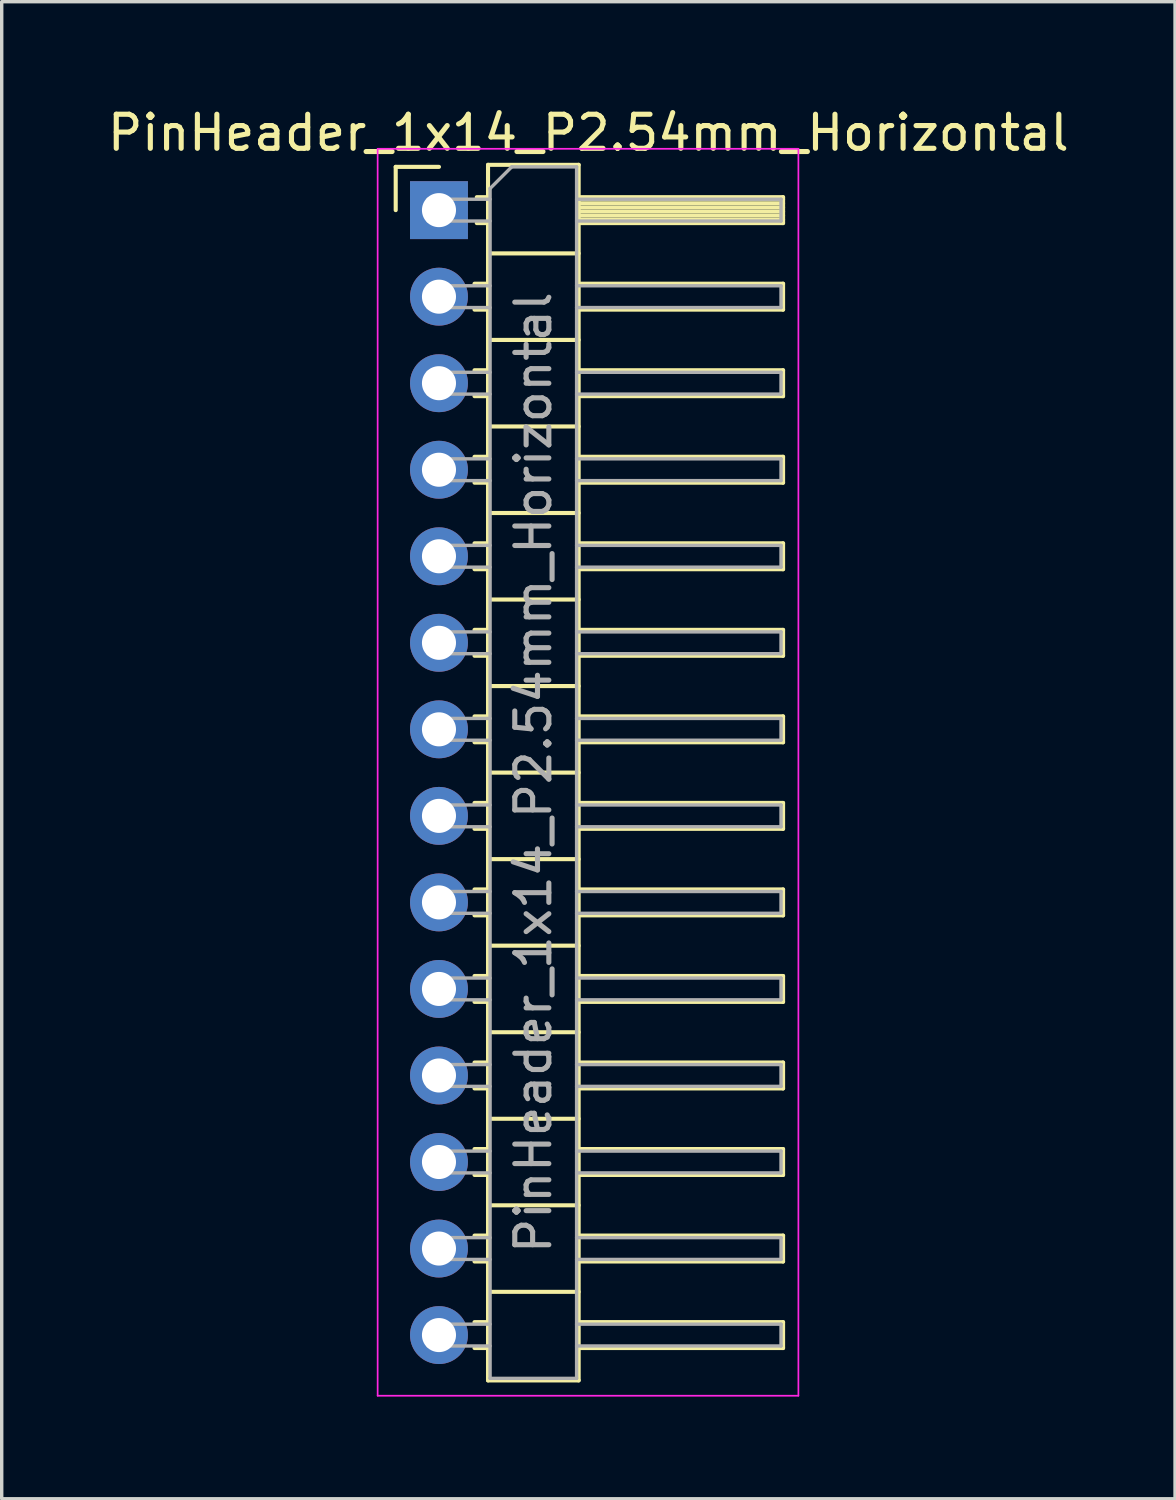
<source format=kicad_pcb>
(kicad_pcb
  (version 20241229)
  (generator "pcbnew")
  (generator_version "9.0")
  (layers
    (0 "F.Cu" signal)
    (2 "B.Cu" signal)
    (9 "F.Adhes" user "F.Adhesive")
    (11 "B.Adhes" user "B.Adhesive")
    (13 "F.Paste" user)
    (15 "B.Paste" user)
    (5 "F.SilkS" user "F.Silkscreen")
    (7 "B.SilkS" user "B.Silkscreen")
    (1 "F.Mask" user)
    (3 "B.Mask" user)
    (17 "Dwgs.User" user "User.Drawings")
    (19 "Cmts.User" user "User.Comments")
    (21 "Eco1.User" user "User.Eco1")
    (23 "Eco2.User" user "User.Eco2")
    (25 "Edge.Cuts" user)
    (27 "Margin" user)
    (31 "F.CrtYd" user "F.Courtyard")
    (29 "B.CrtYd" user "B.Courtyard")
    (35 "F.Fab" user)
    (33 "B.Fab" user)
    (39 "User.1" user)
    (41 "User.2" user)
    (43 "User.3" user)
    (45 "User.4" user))
  (footprint "PinHeader_1x14_P2.54mm_Horizontal"
    (layer "F.Cu")
    (at 9.835 3.118)
    (property "Reference" "PinHeader_1x14_P2.54mm_Horizontal" (at 4.385 -2.27 0) (layer "F.SilkS") (effects (font (size 1 1) (thickness 0.15))))
    (attr through_hole)
    (fp_line (start -1.27 -1.27) (end 0 -1.27) (stroke (width 0.12) (type solid)) (layer "F.SilkS"))
    (fp_line (start -1.27 0) (end -1.27 -1.27) (stroke (width 0.12) (type solid)) (layer "F.SilkS"))
    (fp_line (start 1.043 2.16) (end 1.44 2.16) (stroke (width 0.12) (type solid)) (layer "F.SilkS"))
    (fp_line (start 1.043 2.92) (end 1.44 2.92) (stroke (width 0.12) (type solid)) (layer "F.SilkS"))
    (fp_line (start 1.043 4.7) (end 1.44 4.7) (stroke (width 0.12) (type solid)) (layer "F.SilkS"))
    (fp_line (start 1.043 5.46) (end 1.44 5.46) (stroke (width 0.12) (type solid)) (layer "F.SilkS"))
    (fp_line (start 1.043 7.24) (end 1.44 7.24) (stroke (width 0.12) (type solid)) (layer "F.SilkS"))
    (fp_line (start 1.043 8) (end 1.44 8) (stroke (width 0.12) (type solid)) (layer "F.SilkS"))
    (fp_line (start 1.043 9.78) (end 1.44 9.78) (stroke (width 0.12) (type solid)) (layer "F.SilkS"))
    (fp_line (start 1.043 10.54) (end 1.44 10.54) (stroke (width 0.12) (type solid)) (layer "F.SilkS"))
    (fp_line (start 1.043 12.32) (end 1.44 12.32) (stroke (width 0.12) (type solid)) (layer "F.SilkS"))
    (fp_line (start 1.043 13.08) (end 1.44 13.08) (stroke (width 0.12) (type solid)) (layer "F.SilkS"))
    (fp_line (start 1.043 14.86) (end 1.44 14.86) (stroke (width 0.12) (type solid)) (layer "F.SilkS"))
    (fp_line (start 1.043 15.62) (end 1.44 15.62) (stroke (width 0.12) (type solid)) (layer "F.SilkS"))
    (fp_line (start 1.043 17.4) (end 1.44 17.4) (stroke (width 0.12) (type solid)) (layer "F.SilkS"))
    (fp_line (start 1.043 18.16) (end 1.44 18.16) (stroke (width 0.12) (type solid)) (layer "F.SilkS"))
    (fp_line (start 1.043 19.94) (end 1.44 19.94) (stroke (width 0.12) (type solid)) (layer "F.SilkS"))
    (fp_line (start 1.043 20.7) (end 1.44 20.7) (stroke (width 0.12) (type solid)) (layer "F.SilkS"))
    (fp_line (start 1.043 22.48) (end 1.44 22.48) (stroke (width 0.12) (type solid)) (layer "F.SilkS"))
    (fp_line (start 1.043 23.24) (end 1.44 23.24) (stroke (width 0.12) (type solid)) (layer "F.SilkS"))
    (fp_line (start 1.043 25.02) (end 1.44 25.02) (stroke (width 0.12) (type solid)) (layer "F.SilkS"))
    (fp_line (start 1.043 25.78) (end 1.44 25.78) (stroke (width 0.12) (type solid)) (layer "F.SilkS"))
    (fp_line (start 1.043 27.56) (end 1.44 27.56) (stroke (width 0.12) (type solid)) (layer "F.SilkS"))
    (fp_line (start 1.043 28.32) (end 1.44 28.32) (stroke (width 0.12) (type solid)) (layer "F.SilkS"))
    (fp_line (start 1.043 30.1) (end 1.44 30.1) (stroke (width 0.12) (type solid)) (layer "F.SilkS"))
    (fp_line (start 1.043 30.86) (end 1.44 30.86) (stroke (width 0.12) (type solid)) (layer "F.SilkS"))
    (fp_line (start 1.043 32.64) (end 1.44 32.64) (stroke (width 0.12) (type solid)) (layer "F.SilkS"))
    (fp_line (start 1.043 33.4) (end 1.44 33.4) (stroke (width 0.12) (type solid)) (layer "F.SilkS"))
    (fp_line (start 1.11 -0.38) (end 1.44 -0.38) (stroke (width 0.12) (type solid)) (layer "F.SilkS"))
    (fp_line (start 1.11 0.38) (end 1.44 0.38) (stroke (width 0.12) (type solid)) (layer "F.SilkS"))
    (fp_line (start 1.44 -1.33) (end 1.44 34.35) (stroke (width 0.12) (type solid)) (layer "F.SilkS"))
    (fp_line (start 1.44 1.27) (end 4.1 1.27) (stroke (width 0.12) (type solid)) (layer "F.SilkS"))
    (fp_line (start 1.44 3.81) (end 4.1 3.81) (stroke (width 0.12) (type solid)) (layer "F.SilkS"))
    (fp_line (start 1.44 6.35) (end 4.1 6.35) (stroke (width 0.12) (type solid)) (layer "F.SilkS"))
    (fp_line (start 1.44 8.89) (end 4.1 8.89) (stroke (width 0.12) (type solid)) (layer "F.SilkS"))
    (fp_line (start 1.44 11.43) (end 4.1 11.43) (stroke (width 0.12) (type solid)) (layer "F.SilkS"))
    (fp_line (start 1.44 13.97) (end 4.1 13.97) (stroke (width 0.12) (type solid)) (layer "F.SilkS"))
    (fp_line (start 1.44 16.51) (end 4.1 16.51) (stroke (width 0.12) (type solid)) (layer "F.SilkS"))
    (fp_line (start 1.44 19.05) (end 4.1 19.05) (stroke (width 0.12) (type solid)) (layer "F.SilkS"))
    (fp_line (start 1.44 21.59) (end 4.1 21.59) (stroke (width 0.12) (type solid)) (layer "F.SilkS"))
    (fp_line (start 1.44 24.13) (end 4.1 24.13) (stroke (width 0.12) (type solid)) (layer "F.SilkS"))
    (fp_line (start 1.44 26.67) (end 4.1 26.67) (stroke (width 0.12) (type solid)) (layer "F.SilkS"))
    (fp_line (start 1.44 29.21) (end 4.1 29.21) (stroke (width 0.12) (type solid)) (layer "F.SilkS"))
    (fp_line (start 1.44 31.75) (end 4.1 31.75) (stroke (width 0.12) (type solid)) (layer "F.SilkS"))
    (fp_line (start 1.44 34.35) (end 4.1 34.35) (stroke (width 0.12) (type solid)) (layer "F.SilkS"))
    (fp_line (start 4.1 -1.33) (end 1.44 -1.33) (stroke (width 0.12) (type solid)) (layer "F.SilkS"))
    (fp_line (start 4.1 -0.38) (end 10.1 -0.38) (stroke (width 0.12) (type solid)) (layer "F.SilkS"))
    (fp_line (start 4.1 -0.32) (end 10.1 -0.32) (stroke (width 0.12) (type solid)) (layer "F.SilkS"))
    (fp_line (start 4.1 -0.2) (end 10.1 -0.2) (stroke (width 0.12) (type solid)) (layer "F.SilkS"))
    (fp_line (start 4.1 -0.08) (end 10.1 -0.08) (stroke (width 0.12) (type solid)) (layer "F.SilkS"))
    (fp_line (start 4.1 0.04) (end 10.1 0.04) (stroke (width 0.12) (type solid)) (layer "F.SilkS"))
    (fp_line (start 4.1 0.16) (end 10.1 0.16) (stroke (width 0.12) (type solid)) (layer "F.SilkS"))
    (fp_line (start 4.1 0.28) (end 10.1 0.28) (stroke (width 0.12) (type solid)) (layer "F.SilkS"))
    (fp_line (start 4.1 2.16) (end 10.1 2.16) (stroke (width 0.12) (type solid)) (layer "F.SilkS"))
    (fp_line (start 4.1 4.7) (end 10.1 4.7) (stroke (width 0.12) (type solid)) (layer "F.SilkS"))
    (fp_line (start 4.1 7.24) (end 10.1 7.24) (stroke (width 0.12) (type solid)) (layer "F.SilkS"))
    (fp_line (start 4.1 9.78) (end 10.1 9.78) (stroke (width 0.12) (type solid)) (layer "F.SilkS"))
    (fp_line (start 4.1 12.32) (end 10.1 12.32) (stroke (width 0.12) (type solid)) (layer "F.SilkS"))
    (fp_line (start 4.1 14.86) (end 10.1 14.86) (stroke (width 0.12) (type solid)) (layer "F.SilkS"))
    (fp_line (start 4.1 17.4) (end 10.1 17.4) (stroke (width 0.12) (type solid)) (layer "F.SilkS"))
    (fp_line (start 4.1 19.94) (end 10.1 19.94) (stroke (width 0.12) (type solid)) (layer "F.SilkS"))
    (fp_line (start 4.1 22.48) (end 10.1 22.48) (stroke (width 0.12) (type solid)) (layer "F.SilkS"))
    (fp_line (start 4.1 25.02) (end 10.1 25.02) (stroke (width 0.12) (type solid)) (layer "F.SilkS"))
    (fp_line (start 4.1 27.56) (end 10.1 27.56) (stroke (width 0.12) (type solid)) (layer "F.SilkS"))
    (fp_line (start 4.1 30.1) (end 10.1 30.1) (stroke (width 0.12) (type solid)) (layer "F.SilkS"))
    (fp_line (start 4.1 32.64) (end 10.1 32.64) (stroke (width 0.12) (type solid)) (layer "F.SilkS"))
    (fp_line (start 4.1 34.35) (end 4.1 -1.33) (stroke (width 0.12) (type solid)) (layer "F.SilkS"))
    (fp_line (start 10.1 -0.38) (end 10.1 0.38) (stroke (width 0.12) (type solid)) (layer "F.SilkS"))
    (fp_line (start 10.1 0.38) (end 4.1 0.38) (stroke (width 0.12) (type solid)) (layer "F.SilkS"))
    (fp_line (start 10.1 2.16) (end 10.1 2.92) (stroke (width 0.12) (type solid)) (layer "F.SilkS"))
    (fp_line (start 10.1 2.92) (end 4.1 2.92) (stroke (width 0.12) (type solid)) (layer "F.SilkS"))
    (fp_line (start 10.1 4.7) (end 10.1 5.46) (stroke (width 0.12) (type solid)) (layer "F.SilkS"))
    (fp_line (start 10.1 5.46) (end 4.1 5.46) (stroke (width 0.12) (type solid)) (layer "F.SilkS"))
    (fp_line (start 10.1 7.24) (end 10.1 8) (stroke (width 0.12) (type solid)) (layer "F.SilkS"))
    (fp_line (start 10.1 8) (end 4.1 8) (stroke (width 0.12) (type solid)) (layer "F.SilkS"))
    (fp_line (start 10.1 9.78) (end 10.1 10.54) (stroke (width 0.12) (type solid)) (layer "F.SilkS"))
    (fp_line (start 10.1 10.54) (end 4.1 10.54) (stroke (width 0.12) (type solid)) (layer "F.SilkS"))
    (fp_line (start 10.1 12.32) (end 10.1 13.08) (stroke (width 0.12) (type solid)) (layer "F.SilkS"))
    (fp_line (start 10.1 13.08) (end 4.1 13.08) (stroke (width 0.12) (type solid)) (layer "F.SilkS"))
    (fp_line (start 10.1 14.86) (end 10.1 15.62) (stroke (width 0.12) (type solid)) (layer "F.SilkS"))
    (fp_line (start 10.1 15.62) (end 4.1 15.62) (stroke (width 0.12) (type solid)) (layer "F.SilkS"))
    (fp_line (start 10.1 17.4) (end 10.1 18.16) (stroke (width 0.12) (type solid)) (layer "F.SilkS"))
    (fp_line (start 10.1 18.16) (end 4.1 18.16) (stroke (width 0.12) (type solid)) (layer "F.SilkS"))
    (fp_line (start 10.1 19.94) (end 10.1 20.7) (stroke (width 0.12) (type solid)) (layer "F.SilkS"))
    (fp_line (start 10.1 20.7) (end 4.1 20.7) (stroke (width 0.12) (type solid)) (layer "F.SilkS"))
    (fp_line (start 10.1 22.48) (end 10.1 23.24) (stroke (width 0.12) (type solid)) (layer "F.SilkS"))
    (fp_line (start 10.1 23.24) (end 4.1 23.24) (stroke (width 0.12) (type solid)) (layer "F.SilkS"))
    (fp_line (start 10.1 25.02) (end 10.1 25.78) (stroke (width 0.12) (type solid)) (layer "F.SilkS"))
    (fp_line (start 10.1 25.78) (end 4.1 25.78) (stroke (width 0.12) (type solid)) (layer "F.SilkS"))
    (fp_line (start 10.1 27.56) (end 10.1 28.32) (stroke (width 0.12) (type solid)) (layer "F.SilkS"))
    (fp_line (start 10.1 28.32) (end 4.1 28.32) (stroke (width 0.12) (type solid)) (layer "F.SilkS"))
    (fp_line (start 10.1 30.1) (end 10.1 30.86) (stroke (width 0.12) (type solid)) (layer "F.SilkS"))
    (fp_line (start 10.1 30.86) (end 4.1 30.86) (stroke (width 0.12) (type solid)) (layer "F.SilkS"))
    (fp_line (start 10.1 32.64) (end 10.1 33.4) (stroke (width 0.12) (type solid)) (layer "F.SilkS"))
    (fp_line (start 10.1 33.4) (end 4.1 33.4) (stroke (width 0.12) (type solid)) (layer "F.SilkS"))
    (fp_line (start -1.8 -1.8) (end -1.8 34.8) (stroke (width 0.05) (type solid)) (layer "F.CrtYd"))
    (fp_line (start -1.8 34.8) (end 10.55 34.8) (stroke (width 0.05) (type solid)) (layer "F.CrtYd"))
    (fp_line (start 10.55 -1.8) (end -1.8 -1.8) (stroke (width 0.05) (type solid)) (layer "F.CrtYd"))
    (fp_line (start 10.55 34.8) (end 10.55 -1.8) (stroke (width 0.05) (type solid)) (layer "F.CrtYd"))
    (fp_line (start -0.32 -0.32) (end -0.32 0.32) (stroke (width 0.1) (type solid)) (layer "F.Fab"))
    (fp_line (start -0.32 -0.32) (end 1.5 -0.32) (stroke (width 0.1) (type solid)) (layer "F.Fab"))
    (fp_line (start -0.32 0.32) (end 1.5 0.32) (stroke (width 0.1) (type solid)) (layer "F.Fab"))
    (fp_line (start -0.32 2.22) (end -0.32 2.86) (stroke (width 0.1) (type solid)) (layer "F.Fab"))
    (fp_line (start -0.32 2.22) (end 1.5 2.22) (stroke (width 0.1) (type solid)) (layer "F.Fab"))
    (fp_line (start -0.32 2.86) (end 1.5 2.86) (stroke (width 0.1) (type solid)) (layer "F.Fab"))
    (fp_line (start -0.32 4.76) (end -0.32 5.4) (stroke (width 0.1) (type solid)) (layer "F.Fab"))
    (fp_line (start -0.32 4.76) (end 1.5 4.76) (stroke (width 0.1) (type solid)) (layer "F.Fab"))
    (fp_line (start -0.32 5.4) (end 1.5 5.4) (stroke (width 0.1) (type solid)) (layer "F.Fab"))
    (fp_line (start -0.32 7.3) (end -0.32 7.94) (stroke (width 0.1) (type solid)) (layer "F.Fab"))
    (fp_line (start -0.32 7.3) (end 1.5 7.3) (stroke (width 0.1) (type solid)) (layer "F.Fab"))
    (fp_line (start -0.32 7.94) (end 1.5 7.94) (stroke (width 0.1) (type solid)) (layer "F.Fab"))
    (fp_line (start -0.32 9.84) (end -0.32 10.48) (stroke (width 0.1) (type solid)) (layer "F.Fab"))
    (fp_line (start -0.32 9.84) (end 1.5 9.84) (stroke (width 0.1) (type solid)) (layer "F.Fab"))
    (fp_line (start -0.32 10.48) (end 1.5 10.48) (stroke (width 0.1) (type solid)) (layer "F.Fab"))
    (fp_line (start -0.32 12.38) (end -0.32 13.02) (stroke (width 0.1) (type solid)) (layer "F.Fab"))
    (fp_line (start -0.32 12.38) (end 1.5 12.38) (stroke (width 0.1) (type solid)) (layer "F.Fab"))
    (fp_line (start -0.32 13.02) (end 1.5 13.02) (stroke (width 0.1) (type solid)) (layer "F.Fab"))
    (fp_line (start -0.32 14.92) (end -0.32 15.56) (stroke (width 0.1) (type solid)) (layer "F.Fab"))
    (fp_line (start -0.32 14.92) (end 1.5 14.92) (stroke (width 0.1) (type solid)) (layer "F.Fab"))
    (fp_line (start -0.32 15.56) (end 1.5 15.56) (stroke (width 0.1) (type solid)) (layer "F.Fab"))
    (fp_line (start -0.32 17.46) (end -0.32 18.1) (stroke (width 0.1) (type solid)) (layer "F.Fab"))
    (fp_line (start -0.32 17.46) (end 1.5 17.46) (stroke (width 0.1) (type solid)) (layer "F.Fab"))
    (fp_line (start -0.32 18.1) (end 1.5 18.1) (stroke (width 0.1) (type solid)) (layer "F.Fab"))
    (fp_line (start -0.32 20) (end -0.32 20.64) (stroke (width 0.1) (type solid)) (layer "F.Fab"))
    (fp_line (start -0.32 20) (end 1.5 20) (stroke (width 0.1) (type solid)) (layer "F.Fab"))
    (fp_line (start -0.32 20.64) (end 1.5 20.64) (stroke (width 0.1) (type solid)) (layer "F.Fab"))
    (fp_line (start -0.32 22.54) (end -0.32 23.18) (stroke (width 0.1) (type solid)) (layer "F.Fab"))
    (fp_line (start -0.32 22.54) (end 1.5 22.54) (stroke (width 0.1) (type solid)) (layer "F.Fab"))
    (fp_line (start -0.32 23.18) (end 1.5 23.18) (stroke (width 0.1) (type solid)) (layer "F.Fab"))
    (fp_line (start -0.32 25.08) (end -0.32 25.72) (stroke (width 0.1) (type solid)) (layer "F.Fab"))
    (fp_line (start -0.32 25.08) (end 1.5 25.08) (stroke (width 0.1) (type solid)) (layer "F.Fab"))
    (fp_line (start -0.32 25.72) (end 1.5 25.72) (stroke (width 0.1) (type solid)) (layer "F.Fab"))
    (fp_line (start -0.32 27.62) (end -0.32 28.26) (stroke (width 0.1) (type solid)) (layer "F.Fab"))
    (fp_line (start -0.32 27.62) (end 1.5 27.62) (stroke (width 0.1) (type solid)) (layer "F.Fab"))
    (fp_line (start -0.32 28.26) (end 1.5 28.26) (stroke (width 0.1) (type solid)) (layer "F.Fab"))
    (fp_line (start -0.32 30.16) (end -0.32 30.8) (stroke (width 0.1) (type solid)) (layer "F.Fab"))
    (fp_line (start -0.32 30.16) (end 1.5 30.16) (stroke (width 0.1) (type solid)) (layer "F.Fab"))
    (fp_line (start -0.32 30.8) (end 1.5 30.8) (stroke (width 0.1) (type solid)) (layer "F.Fab"))
    (fp_line (start -0.32 32.7) (end -0.32 33.34) (stroke (width 0.1) (type solid)) (layer "F.Fab"))
    (fp_line (start -0.32 32.7) (end 1.5 32.7) (stroke (width 0.1) (type solid)) (layer "F.Fab"))
    (fp_line (start -0.32 33.34) (end 1.5 33.34) (stroke (width 0.1) (type solid)) (layer "F.Fab"))
    (fp_line (start 1.5 -0.635) (end 2.135 -1.27) (stroke (width 0.1) (type solid)) (layer "F.Fab"))
    (fp_line (start 1.5 34.29) (end 1.5 -0.635) (stroke (width 0.1) (type solid)) (layer "F.Fab"))
    (fp_line (start 2.135 -1.27) (end 4.04 -1.27) (stroke (width 0.1) (type solid)) (layer "F.Fab"))
    (fp_line (start 4.04 -1.27) (end 4.04 34.29) (stroke (width 0.1) (type solid)) (layer "F.Fab"))
    (fp_line (start 4.04 -0.32) (end 10.04 -0.32) (stroke (width 0.1) (type solid)) (layer "F.Fab"))
    (fp_line (start 4.04 0.32) (end 10.04 0.32) (stroke (width 0.1) (type solid)) (layer "F.Fab"))
    (fp_line (start 4.04 2.22) (end 10.04 2.22) (stroke (width 0.1) (type solid)) (layer "F.Fab"))
    (fp_line (start 4.04 2.86) (end 10.04 2.86) (stroke (width 0.1) (type solid)) (layer "F.Fab"))
    (fp_line (start 4.04 4.76) (end 10.04 4.76) (stroke (width 0.1) (type solid)) (layer "F.Fab"))
    (fp_line (start 4.04 5.4) (end 10.04 5.4) (stroke (width 0.1) (type solid)) (layer "F.Fab"))
    (fp_line (start 4.04 7.3) (end 10.04 7.3) (stroke (width 0.1) (type solid)) (layer "F.Fab"))
    (fp_line (start 4.04 7.94) (end 10.04 7.94) (stroke (width 0.1) (type solid)) (layer "F.Fab"))
    (fp_line (start 4.04 9.84) (end 10.04 9.84) (stroke (width 0.1) (type solid)) (layer "F.Fab"))
    (fp_line (start 4.04 10.48) (end 10.04 10.48) (stroke (width 0.1) (type solid)) (layer "F.Fab"))
    (fp_line (start 4.04 12.38) (end 10.04 12.38) (stroke (width 0.1) (type solid)) (layer "F.Fab"))
    (fp_line (start 4.04 13.02) (end 10.04 13.02) (stroke (width 0.1) (type solid)) (layer "F.Fab"))
    (fp_line (start 4.04 14.92) (end 10.04 14.92) (stroke (width 0.1) (type solid)) (layer "F.Fab"))
    (fp_line (start 4.04 15.56) (end 10.04 15.56) (stroke (width 0.1) (type solid)) (layer "F.Fab"))
    (fp_line (start 4.04 17.46) (end 10.04 17.46) (stroke (width 0.1) (type solid)) (layer "F.Fab"))
    (fp_line (start 4.04 18.1) (end 10.04 18.1) (stroke (width 0.1) (type solid)) (layer "F.Fab"))
    (fp_line (start 4.04 20) (end 10.04 20) (stroke (width 0.1) (type solid)) (layer "F.Fab"))
    (fp_line (start 4.04 20.64) (end 10.04 20.64) (stroke (width 0.1) (type solid)) (layer "F.Fab"))
    (fp_line (start 4.04 22.54) (end 10.04 22.54) (stroke (width 0.1) (type solid)) (layer "F.Fab"))
    (fp_line (start 4.04 23.18) (end 10.04 23.18) (stroke (width 0.1) (type solid)) (layer "F.Fab"))
    (fp_line (start 4.04 25.08) (end 10.04 25.08) (stroke (width 0.1) (type solid)) (layer "F.Fab"))
    (fp_line (start 4.04 25.72) (end 10.04 25.72) (stroke (width 0.1) (type solid)) (layer "F.Fab"))
    (fp_line (start 4.04 27.62) (end 10.04 27.62) (stroke (width 0.1) (type solid)) (layer "F.Fab"))
    (fp_line (start 4.04 28.26) (end 10.04 28.26) (stroke (width 0.1) (type solid)) (layer "F.Fab"))
    (fp_line (start 4.04 30.16) (end 10.04 30.16) (stroke (width 0.1) (type solid)) (layer "F.Fab"))
    (fp_line (start 4.04 30.8) (end 10.04 30.8) (stroke (width 0.1) (type solid)) (layer "F.Fab"))
    (fp_line (start 4.04 32.7) (end 10.04 32.7) (stroke (width 0.1) (type solid)) (layer "F.Fab"))
    (fp_line (start 4.04 33.34) (end 10.04 33.34) (stroke (width 0.1) (type solid)) (layer "F.Fab"))
    (fp_line (start 4.04 34.29) (end 1.5 34.29) (stroke (width 0.1) (type solid)) (layer "F.Fab"))
    (fp_line (start 10.04 -0.32) (end 10.04 0.32) (stroke (width 0.1) (type solid)) (layer "F.Fab"))
    (fp_line (start 10.04 2.22) (end 10.04 2.86) (stroke (width 0.1) (type solid)) (layer "F.Fab"))
    (fp_line (start 10.04 4.76) (end 10.04 5.4) (stroke (width 0.1) (type solid)) (layer "F.Fab"))
    (fp_line (start 10.04 7.3) (end 10.04 7.94) (stroke (width 0.1) (type solid)) (layer "F.Fab"))
    (fp_line (start 10.04 9.84) (end 10.04 10.48) (stroke (width 0.1) (type solid)) (layer "F.Fab"))
    (fp_line (start 10.04 12.38) (end 10.04 13.02) (stroke (width 0.1) (type solid)) (layer "F.Fab"))
    (fp_line (start 10.04 14.92) (end 10.04 15.56) (stroke (width 0.1) (type solid)) (layer "F.Fab"))
    (fp_line (start 10.04 17.46) (end 10.04 18.1) (stroke (width 0.1) (type solid)) (layer "F.Fab"))
    (fp_line (start 10.04 20) (end 10.04 20.64) (stroke (width 0.1) (type solid)) (layer "F.Fab"))
    (fp_line (start 10.04 22.54) (end 10.04 23.18) (stroke (width 0.1) (type solid)) (layer "F.Fab"))
    (fp_line (start 10.04 25.08) (end 10.04 25.72) (stroke (width 0.1) (type solid)) (layer "F.Fab"))
    (fp_line (start 10.04 27.62) (end 10.04 28.26) (stroke (width 0.1) (type solid)) (layer "F.Fab"))
    (fp_line (start 10.04 30.16) (end 10.04 30.8) (stroke (width 0.1) (type solid)) (layer "F.Fab"))
    (fp_line (start 10.04 32.7) (end 10.04 33.34) (stroke (width 0.1) (type solid)) (layer "F.Fab"))
    (fp_text user "${REFERENCE}" (at 2.77 16.51 90) (layer "F.Fab") (effects (font (size 1 1) (thickness 0.15))))
    (pad "1" thru_hole rect (at 0 0) (size 1.7 1.7) (drill 1) (layers "*.Cu" "*.Mask"))
    (pad "2" thru_hole oval (at 0 2.54) (size 1.7 1.7) (drill 1) (layers "*.Cu" "*.Mask"))
    (pad "3" thru_hole oval (at 0 5.08) (size 1.7 1.7) (drill 1) (layers "*.Cu" "*.Mask"))
    (pad "4" thru_hole oval (at 0 7.62) (size 1.7 1.7) (drill 1) (layers "*.Cu" "*.Mask"))
    (pad "5" thru_hole oval (at 0 10.16) (size 1.7 1.7) (drill 1) (layers "*.Cu" "*.Mask"))
    (pad "6" thru_hole oval (at 0 12.7) (size 1.7 1.7) (drill 1) (layers "*.Cu" "*.Mask"))
    (pad "7" thru_hole oval (at 0 15.24) (size 1.7 1.7) (drill 1) (layers "*.Cu" "*.Mask"))
    (pad "8" thru_hole oval (at 0 17.78) (size 1.7 1.7) (drill 1) (layers "*.Cu" "*.Mask"))
    (pad "9" thru_hole oval (at 0 20.32) (size 1.7 1.7) (drill 1) (layers "*.Cu" "*.Mask"))
    (pad "10" thru_hole oval (at 0 22.86) (size 1.7 1.7) (drill 1) (layers "*.Cu" "*.Mask"))
    (pad "11" thru_hole oval (at 0 25.4) (size 1.7 1.7) (drill 1) (layers "*.Cu" "*.Mask"))
    (pad "12" thru_hole oval (at 0 27.94) (size 1.7 1.7) (drill 1) (layers "*.Cu" "*.Mask"))
    (pad "13" thru_hole oval (at 0 30.48) (size 1.7 1.7) (drill 1) (layers "*.Cu" "*.Mask"))
    (pad "14" thru_hole oval (at 0 33.02) (size 1.7 1.7) (drill 1) (layers "*.Cu" "*.Mask")))
  (gr_rect
    (start -3 -3)
    (end 31.44 40.943)
    (stroke (width 0.1) (type default))
    (fill no)
    (layer "Edge.Cuts")))
</source>
